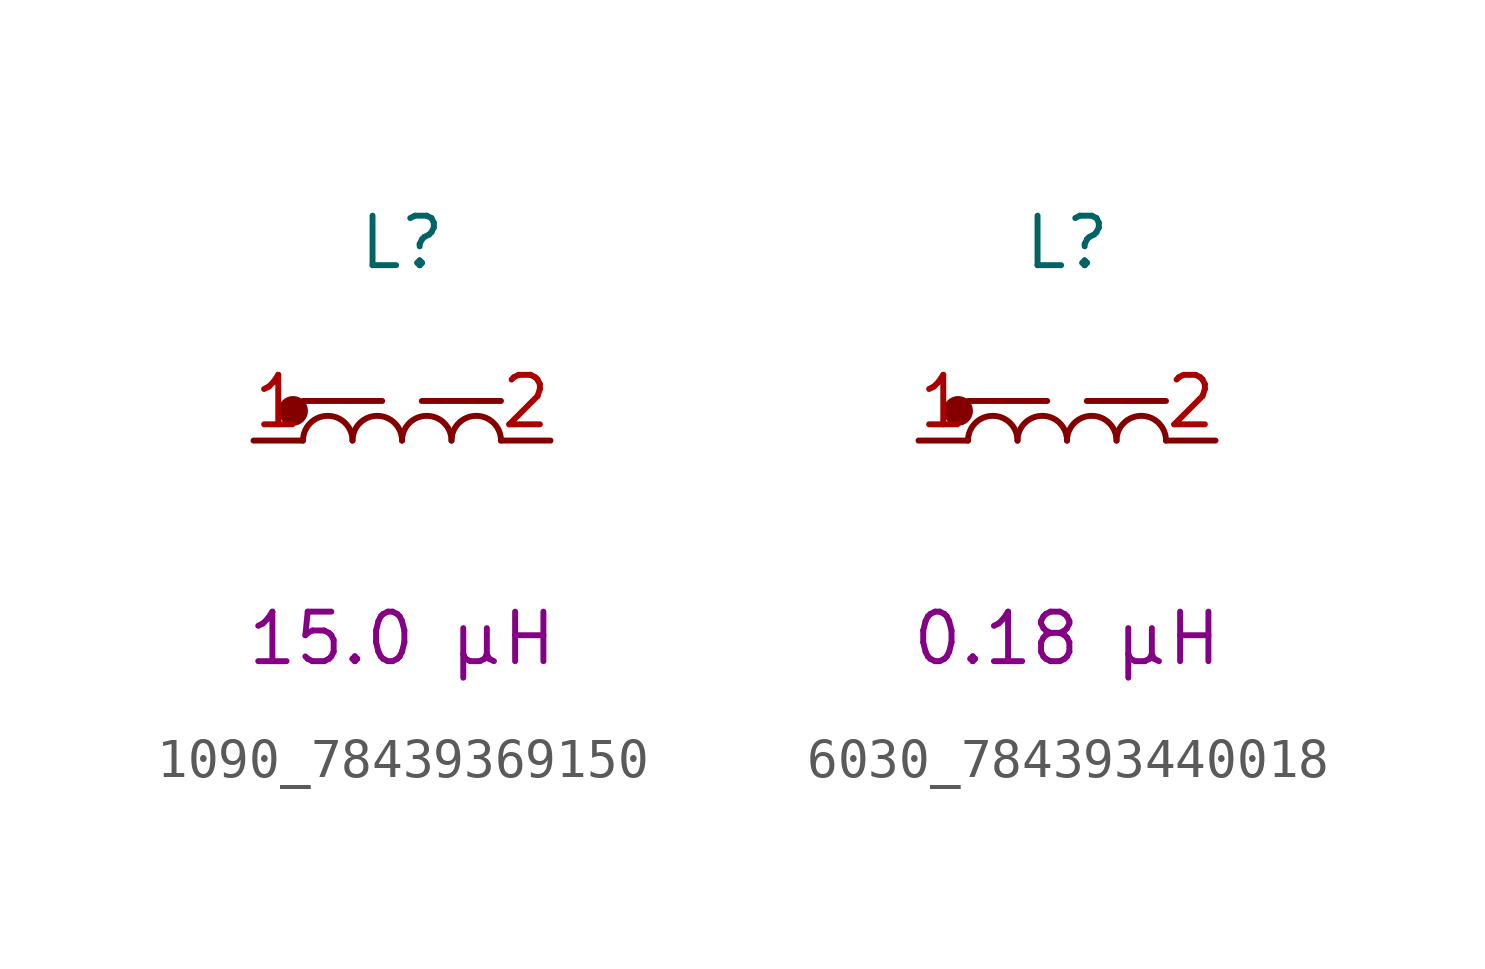
<source format=kicad_sym>
(kicad_symbol_lib
  (version 20220914)
  (generator kicad_symbol_editor)
  (symbol "1090_78439369150"
    (pin_names hide)
    (property "Reference" "L"
      (at 0 5.08 0)
      (effects (font (size 1.27 1.27))))
    (property "Critical Parameter" "15.0 µH"
      (at 0 -5.08 0)
      (effects (font (size 1.27 1.27))))
    (symbol "1090_78439369150_0_1"
      (arc (start -1.27 0) (mid -1.905 0.6323) (end -2.54 0) (stroke (width 0) (type default)) (fill (type none)))
      (arc (start 0 0) (mid -0.635 0.6323) (end -1.27 0) (stroke (width 0) (type default)) (fill (type none)))
      (polyline (pts (xy -2.54 1.016) (xy -0.508 1.016)) (stroke (width 0) (type default)) (fill (type none)))
      (arc (start 1.27 0) (mid 0.635 0.6323) (end 0 0) (stroke (width 0) (type default)) (fill (type none)))
      (arc (start 2.54 0) (mid 1.905 0.6323) (end 1.27 0) (stroke (width 0) (type default)) (fill (type none))))
    (symbol "1090_78439369150_1_1"
      (circle (center -2.794 0.762) (radius 0.0001) (stroke (width 0.381) (type default)) (fill (type none)))
      (polyline (pts (xy 2.54 1.016) (xy 0.508 1.016)) (stroke (width 0) (type default)) (fill (type none)))
      (pin passive line (at -3.81 0 0) (length 1.27) (name "1" (effects (font (size 1.27 1.27)))) (number "1" (effects (font (size 1.27 1.27)))))
      (pin passive line (at 3.81 0 180) (length 1.27) (name "2" (effects (font (size 1.27 1.27)))) (number "2" (effects (font (size 1.27 1.27)))))))
  (symbol "6030_784393440018"
    (pin_names hide)
    (property "Reference" "L"
      (at 0 5.08 0)
      (effects (font (size 1.27 1.27))))
    (property "Critical Parameter" "0.18 µH"
      (at 0 -5.08 0)
      (effects (font (size 1.27 1.27))))
    (symbol "6030_784393440018_0_1"
      (arc (start -1.27 0) (mid -1.905 0.6323) (end -2.54 0) (stroke (width 0) (type default)) (fill (type none)))
      (arc (start 0 0) (mid -0.635 0.6323) (end -1.27 0) (stroke (width 0) (type default)) (fill (type none)))
      (polyline (pts (xy -2.54 1.016) (xy -0.508 1.016)) (stroke (width 0) (type default)) (fill (type none)))
      (arc (start 1.27 0) (mid 0.635 0.6323) (end 0 0) (stroke (width 0) (type default)) (fill (type none)))
      (arc (start 2.54 0) (mid 1.905 0.6323) (end 1.27 0) (stroke (width 0) (type default)) (fill (type none))))
    (symbol "6030_784393440018_1_1"
      (circle (center -2.794 0.762) (radius 0.0001) (stroke (width 0.381) (type default)) (fill (type none)))
      (polyline (pts (xy 2.54 1.016) (xy 0.508 1.016)) (stroke (width 0) (type default)) (fill (type none)))
      (pin passive line (at -3.81 0 0) (length 1.27) (name "1" (effects (font (size 1.27 1.27)))) (number "1" (effects (font (size 1.27 1.27)))))
      (pin passive line (at 3.81 0 180) (length 1.27) (name "2" (effects (font (size 1.27 1.27)))) (number "2" (effects (font (size 1.27 1.27))))))))
</source>
